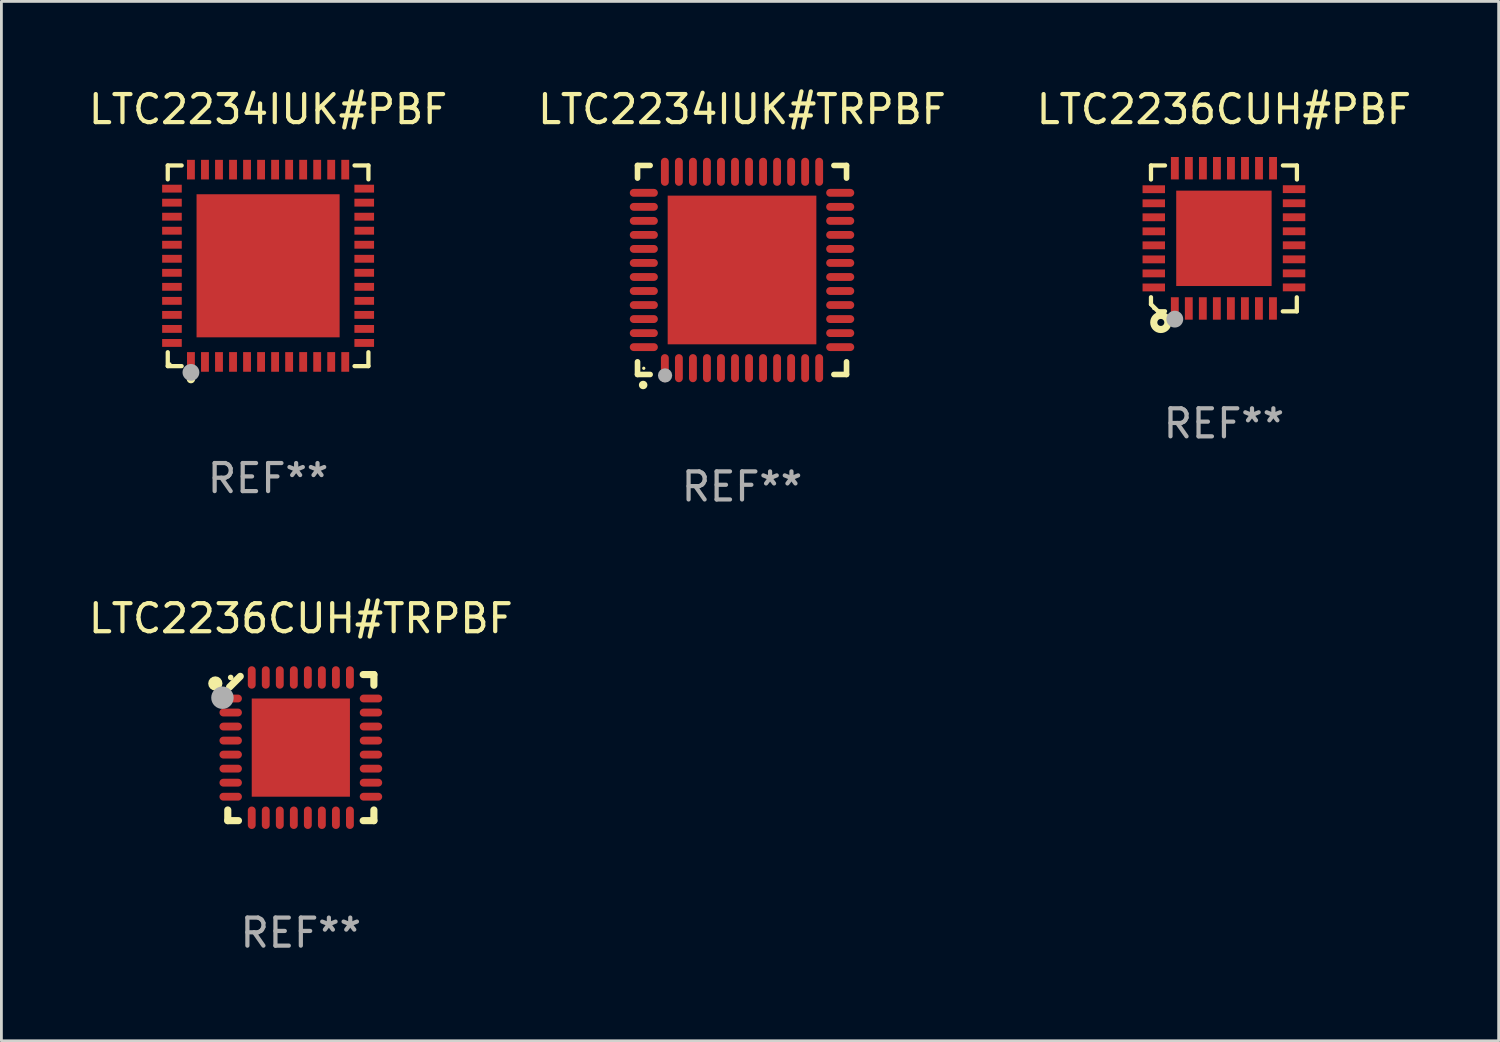
<source format=kicad_pcb>
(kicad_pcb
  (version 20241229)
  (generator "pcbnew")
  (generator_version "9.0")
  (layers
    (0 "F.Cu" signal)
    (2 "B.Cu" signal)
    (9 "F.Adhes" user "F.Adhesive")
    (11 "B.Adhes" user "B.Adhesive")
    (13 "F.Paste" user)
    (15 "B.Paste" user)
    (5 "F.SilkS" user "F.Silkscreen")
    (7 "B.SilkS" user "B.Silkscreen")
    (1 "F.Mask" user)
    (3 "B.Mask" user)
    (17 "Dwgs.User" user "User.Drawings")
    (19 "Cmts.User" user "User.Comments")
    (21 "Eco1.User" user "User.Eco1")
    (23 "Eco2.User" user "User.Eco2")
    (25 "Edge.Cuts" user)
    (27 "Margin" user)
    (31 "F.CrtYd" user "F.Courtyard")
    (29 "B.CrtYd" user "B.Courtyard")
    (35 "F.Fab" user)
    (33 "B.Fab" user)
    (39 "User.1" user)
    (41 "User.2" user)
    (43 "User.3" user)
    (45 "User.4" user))
  (footprint "LTC2236CUH#TRPBF"
    (layer "F.Cu")
    (at 7.673 23.598)
    (property "Reference" "LTC2236CUH#TRPBF" (at 0 -4.604 0) (layer "F.SilkS") (effects (font (size 1 1) (thickness 0.15))))
    (attr through_hole)
    (fp_line (start -2.604 2.223) (end -2.604 2.604) (stroke (width 0.254) (type solid)) (layer "F.SilkS"))
    (fp_line (start -2.604 2.604) (end -2.223 2.604) (stroke (width 0.254) (type solid)) (layer "F.SilkS"))
    (fp_line (start -2.159 -2.54) (end -2.54 -2.159) (stroke (width 0.254) (type solid)) (layer "F.SilkS"))
    (fp_line (start 2.223 2.604) (end 2.604 2.604) (stroke (width 0.254) (type solid)) (layer "F.SilkS"))
    (fp_line (start 2.604 -2.604) (end 2.223 -2.604) (stroke (width 0.254) (type solid)) (layer "F.SilkS"))
    (fp_line (start 2.604 -2.223) (end 2.604 -2.604) (stroke (width 0.254) (type solid)) (layer "F.SilkS"))
    (fp_line (start 2.604 2.604) (end 2.604 2.223) (stroke (width 0.254) (type solid)) (layer "F.SilkS"))
    (fp_circle (center -3.048 -2.286) (end -2.921 -2.286) (stroke (width 0.254) (type solid)) (fill no) (layer "F.SilkS"))
    (fp_circle (center -2.5 -2.5) (end -2.45 -2.5) (stroke (width 0.1) (type solid)) (fill no) (layer "F.SilkS"))
    (fp_circle (center -2.794 -1.778) (end -2.594 -1.778) (stroke (width 0.4) (type solid)) (fill no) (layer "F.Fab"))
    (fp_text user "REF**" (at 0 6.604 0) (layer "F.Fab") (effects (font (size 1 1) (thickness 0.15))))
    (pad "1" smd oval (at -2.5 -1.75) (size 0.8 0.28) (layers "F.Cu" "F.Mask" "F.Paste"))
    (pad "2" smd oval (at -2.5 -1.25) (size 0.8 0.28) (layers "F.Cu" "F.Mask" "F.Paste"))
    (pad "3" smd oval (at -2.5 -0.75) (size 0.8 0.28) (layers "F.Cu" "F.Mask" "F.Paste"))
    (pad "4" smd oval (at -2.5 -0.25) (size 0.8 0.28) (layers "F.Cu" "F.Mask" "F.Paste"))
    (pad "5" smd oval (at -2.5 0.25) (size 0.8 0.28) (layers "F.Cu" "F.Mask" "F.Paste"))
    (pad "6" smd oval (at -2.5 0.75) (size 0.8 0.28) (layers "F.Cu" "F.Mask" "F.Paste"))
    (pad "7" smd oval (at -2.5 1.25) (size 0.8 0.28) (layers "F.Cu" "F.Mask" "F.Paste"))
    (pad "8" smd oval (at -2.5 1.75) (size 0.8 0.28) (layers "F.Cu" "F.Mask" "F.Paste"))
    (pad "9" smd oval (at -1.75 2.5) (size 0.28 0.8) (layers "F.Cu" "F.Mask" "F.Paste"))
    (pad "10" smd oval (at -1.25 2.5) (size 0.28 0.8) (layers "F.Cu" "F.Mask" "F.Paste"))
    (pad "11" smd oval (at -0.75 2.5) (size 0.28 0.8) (layers "F.Cu" "F.Mask" "F.Paste"))
    (pad "12" smd oval (at -0.25 2.5) (size 0.28 0.8) (layers "F.Cu" "F.Mask" "F.Paste"))
    (pad "13" smd oval (at 0.25 2.5) (size 0.28 0.8) (layers "F.Cu" "F.Mask" "F.Paste"))
    (pad "14" smd oval (at 0.75 2.5) (size 0.28 0.8) (layers "F.Cu" "F.Mask" "F.Paste"))
    (pad "15" smd oval (at 1.25 2.5) (size 0.28 0.8) (layers "F.Cu" "F.Mask" "F.Paste"))
    (pad "16" smd oval (at 1.75 2.5) (size 0.28 0.8) (layers "F.Cu" "F.Mask" "F.Paste"))
    (pad "17" smd oval (at 2.5 1.75) (size 0.8 0.28) (layers "F.Cu" "F.Mask" "F.Paste"))
    (pad "18" smd oval (at 2.5 1.25) (size 0.8 0.28) (layers "F.Cu" "F.Mask" "F.Paste"))
    (pad "19" smd oval (at 2.5 0.75) (size 0.8 0.28) (layers "F.Cu" "F.Mask" "F.Paste"))
    (pad "20" smd oval (at 2.5 0.25) (size 0.8 0.28) (layers "F.Cu" "F.Mask" "F.Paste"))
    (pad "21" smd oval (at 2.5 -0.25) (size 0.8 0.28) (layers "F.Cu" "F.Mask" "F.Paste"))
    (pad "22" smd oval (at 2.5 -0.75) (size 0.8 0.28) (layers "F.Cu" "F.Mask" "F.Paste"))
    (pad "23" smd oval (at 2.5 -1.25) (size 0.8 0.28) (layers "F.Cu" "F.Mask" "F.Paste"))
    (pad "24" smd oval (at 2.5 -1.75) (size 0.8 0.28) (layers "F.Cu" "F.Mask" "F.Paste"))
    (pad "25" smd oval (at 1.75 -2.5) (size 0.28 0.8) (layers "F.Cu" "F.Mask" "F.Paste"))
    (pad "26" smd oval (at 1.25 -2.5) (size 0.28 0.8) (layers "F.Cu" "F.Mask" "F.Paste"))
    (pad "27" smd oval (at 0.75 -2.5) (size 0.28 0.8) (layers "F.Cu" "F.Mask" "F.Paste"))
    (pad "28" smd oval (at 0.25 -2.5) (size 0.28 0.8) (layers "F.Cu" "F.Mask" "F.Paste"))
    (pad "29" smd oval (at -0.25 -2.5) (size 0.28 0.8) (layers "F.Cu" "F.Mask" "F.Paste"))
    (pad "30" smd oval (at -0.75 -2.5) (size 0.28 0.8) (layers "F.Cu" "F.Mask" "F.Paste"))
    (pad "31" smd oval (at -1.25 -2.5) (size 0.28 0.8) (layers "F.Cu" "F.Mask" "F.Paste"))
    (pad "32" smd oval (at -1.75 -2.5) (size 0.28 0.8) (layers "F.Cu" "F.Mask" "F.Paste"))
    (pad "33" smd rect (at 0.000076 0.000076) (size 3.5 3.5) (layers "F.Cu" "F.Mask" "F.Paste")))
  (footprint "LTC2236CUH#PBF"
    (layer "F.Cu")
    (at 40.577 5.448)
    (property "Reference" "LTC2236CUH#PBF" (at 0 -4.6 0) (layer "F.SilkS") (effects (font (size 1 1) (thickness 0.15))))
    (attr through_hole)
    (fp_line (start -2.601 2.097) (end -2.601 2.347) (stroke (width 0.152) (type solid)) (layer "F.SilkS"))
    (fp_line (start -2.601 2.347) (end -2.351 2.597) (stroke (width 0.152) (type solid)) (layer "F.SilkS"))
    (fp_line (start -2.601 -2.6) (end -2.601 -2.1) (stroke (width 0.152) (type solid)) (layer "F.SilkS"))
    (fp_line (start -2.601 -2.6) (end -2.101 -2.6) (stroke (width 0.152) (type solid)) (layer "F.SilkS"))
    (fp_line (start -2.351 2.597) (end -2.101 2.597) (stroke (width 0.152) (type solid)) (layer "F.SilkS"))
    (fp_line (start 2.597 2.6) (end 2.097 2.6) (stroke (width 0.152) (type solid)) (layer "F.SilkS"))
    (fp_line (start 2.597 2.6) (end 2.597 2.1) (stroke (width 0.152) (type solid)) (layer "F.SilkS"))
    (fp_line (start 2.601 -2.6) (end 2.101 -2.6) (stroke (width 0.152) (type solid)) (layer "F.SilkS"))
    (fp_line (start 2.601 -2.6) (end 2.601 -2.1) (stroke (width 0.152) (type solid)) (layer "F.SilkS"))
    (fp_circle (center -2.501 2.497) (end -2.471 2.497) (stroke (width 0.06) (type solid)) (fill no) (layer "F.SilkS"))
    (fp_circle (center -2.25 2.995) (end -2.125 2.995) (stroke (width 0.254) (type solid)) (fill no) (layer "F.SilkS"))
    (fp_circle (center -1.751 2.878) (end -1.601 2.878) (stroke (width 0.3) (type solid)) (fill no) (layer "F.Fab"))
    (fp_text user "REF**" (at 0 6.6 0) (layer "F.Fab") (effects (font (size 1 1) (thickness 0.15))))
    (pad "1" smd rect (at -1.751 2.497) (size 0.28 0.8) (layers "F.Cu" "F.Mask" "F.Paste"))
    (pad "2" smd rect (at -1.253 2.497) (size 0.28 0.8) (layers "F.Cu" "F.Mask" "F.Paste"))
    (pad "3" smd rect (at -0.753 2.497) (size 0.28 0.8) (layers "F.Cu" "F.Mask" "F.Paste"))
    (pad "4" smd rect (at -0.253 2.497) (size 0.28 0.8) (layers "F.Cu" "F.Mask" "F.Paste"))
    (pad "5" smd rect (at 0.247 2.497) (size 0.28 0.8) (layers "F.Cu" "F.Mask" "F.Paste"))
    (pad "6" smd rect (at 0.747 2.497) (size 0.28 0.8) (layers "F.Cu" "F.Mask" "F.Paste"))
    (pad "7" smd rect (at 1.247 2.497) (size 0.28 0.8) (layers "F.Cu" "F.Mask" "F.Paste"))
    (pad "8" smd rect (at 1.747 2.497) (size 0.28 0.8) (layers "F.Cu" "F.Mask" "F.Paste"))
    (pad "9" smd rect (at 2.499 1.746) (size 0.8 0.28) (layers "F.Cu" "F.Mask" "F.Paste"))
    (pad "10" smd rect (at 2.499 1.245) (size 0.8 0.28) (layers "F.Cu" "F.Mask" "F.Paste"))
    (pad "11" smd rect (at 2.499 0.746) (size 0.8 0.28) (layers "F.Cu" "F.Mask" "F.Paste"))
    (pad "12" smd rect (at 2.499 0.245) (size 0.8 0.28) (layers "F.Cu" "F.Mask" "F.Paste"))
    (pad "13" smd rect (at 2.499 -0.254) (size 0.8 0.28) (layers "F.Cu" "F.Mask" "F.Paste"))
    (pad "14" smd rect (at 2.499 -0.755) (size 0.8 0.28) (layers "F.Cu" "F.Mask" "F.Paste"))
    (pad "15" smd rect (at 2.499 -1.254) (size 0.8 0.28) (layers "F.Cu" "F.Mask" "F.Paste"))
    (pad "16" smd rect (at 2.499 -1.755) (size 0.8 0.28) (layers "F.Cu" "F.Mask" "F.Paste"))
    (pad "17" smd rect (at 1.75 -2.502) (size 0.28 0.8) (layers "F.Cu" "F.Mask" "F.Paste"))
    (pad "18" smd rect (at 1.25 -2.502) (size 0.28 0.8) (layers "F.Cu" "F.Mask" "F.Paste"))
    (pad "19" smd rect (at 0.75 -2.502) (size 0.28 0.8) (layers "F.Cu" "F.Mask" "F.Paste"))
    (pad "20" smd rect (at 0.25 -2.502) (size 0.28 0.8) (layers "F.Cu" "F.Mask" "F.Paste"))
    (pad "21" smd rect (at -0.25 -2.502) (size 0.28 0.8) (layers "F.Cu" "F.Mask" "F.Paste"))
    (pad "22" smd rect (at -0.75 -2.502) (size 0.28 0.8) (layers "F.Cu" "F.Mask" "F.Paste"))
    (pad "23" smd rect (at -1.25 -2.502) (size 0.28 0.8) (layers "F.Cu" "F.Mask" "F.Paste"))
    (pad "24" smd rect (at -1.75 -2.502) (size 0.28 0.8) (layers "F.Cu" "F.Mask" "F.Paste"))
    (pad "25" smd rect (at -2.501 -1.753) (size 0.8 0.28) (layers "F.Cu" "F.Mask" "F.Paste"))
    (pad "26" smd rect (at -2.501 -1.252) (size 0.8 0.28) (layers "F.Cu" "F.Mask" "F.Paste"))
    (pad "27" smd rect (at -2.501 -0.753) (size 0.8 0.28) (layers "F.Cu" "F.Mask" "F.Paste"))
    (pad "28" smd rect (at -2.501 -0.252) (size 0.8 0.28) (layers "F.Cu" "F.Mask" "F.Paste"))
    (pad "29" smd rect (at -2.501 0.247) (size 0.8 0.28) (layers "F.Cu" "F.Mask" "F.Paste"))
    (pad "30" smd rect (at -2.501 0.748) (size 0.8 0.28) (layers "F.Cu" "F.Mask" "F.Paste"))
    (pad "31" smd rect (at -2.501 1.247) (size 0.8 0.28) (layers "F.Cu" "F.Mask" "F.Paste"))
    (pad "32" smd rect (at -2.501 1.748) (size 0.8 0.28) (layers "F.Cu" "F.Mask" "F.Paste"))
    (pad "33" smd rect (at -0.001 -0.003 180) (size 3.4 3.4) (layers "F.Cu" "F.Mask" "F.Paste")))
  (footprint "LTC2234IUK#PBF"
    (layer "F.Cu")
    (at 6.506 6.424)
    (property "Reference" "LTC2234IUK#PBF" (at 0 -5.576 0) (layer "F.SilkS") (effects (font (size 1 1) (thickness 0.15))))
    (attr through_hole)
    (fp_line (start -3.576 -3.576) (end -3.081 -3.576) (stroke (width 0.152) (type solid)) (layer "F.SilkS"))
    (fp_line (start -3.576 -3.081) (end -3.576 -3.576) (stroke (width 0.152) (type solid)) (layer "F.SilkS"))
    (fp_line (start -3.576 3.081) (end -3.576 3.576) (stroke (width 0.152) (type solid)) (layer "F.SilkS"))
    (fp_line (start -3.576 3.576) (end -3.081 3.576) (stroke (width 0.152) (type solid)) (layer "F.SilkS"))
    (fp_line (start 3.576 -3.576) (end 3.081 -3.576) (stroke (width 0.152) (type solid)) (layer "F.SilkS"))
    (fp_line (start 3.576 -3.081) (end 3.576 -3.576) (stroke (width 0.152) (type solid)) (layer "F.SilkS"))
    (fp_line (start 3.576 3.081) (end 3.576 3.576) (stroke (width 0.152) (type solid)) (layer "F.SilkS"))
    (fp_line (start 3.576 3.576) (end 3.081 3.576) (stroke (width 0.152) (type solid)) (layer "F.SilkS"))
    (fp_circle (center -3.5 3.5) (end -3.47 3.5) (stroke (width 0.06) (type solid)) (fill no) (layer "F.SilkS"))
    (fp_circle (center -2.75 4.04) (end -2.675 4.04) (stroke (width 0.15) (type solid)) (fill no) (layer "F.SilkS"))
    (fp_circle (center -2.75 3.8) (end -2.6 3.8) (stroke (width 0.3) (type solid)) (fill no) (layer "F.Fab"))
    (fp_text user "REF**" (at 0 7.576 0) (layer "F.Fab") (effects (font (size 1 1) (thickness 0.15))))
    (pad "1" smd rect (at -2.75 3.427) (size 0.28 0.7) (layers "F.Cu" "F.Mask" "F.Paste"))
    (pad "2" smd rect (at -2.25 3.427) (size 0.28 0.7) (layers "F.Cu" "F.Mask" "F.Paste"))
    (pad "3" smd rect (at -1.75 3.427) (size 0.28 0.7) (layers "F.Cu" "F.Mask" "F.Paste"))
    (pad "4" smd rect (at -1.25 3.427) (size 0.28 0.7) (layers "F.Cu" "F.Mask" "F.Paste"))
    (pad "5" smd rect (at -0.75 3.427) (size 0.28 0.7) (layers "F.Cu" "F.Mask" "F.Paste"))
    (pad "6" smd rect (at -0.25 3.427) (size 0.28 0.7) (layers "F.Cu" "F.Mask" "F.Paste"))
    (pad "7" smd rect (at 0.25 3.427) (size 0.28 0.7) (layers "F.Cu" "F.Mask" "F.Paste"))
    (pad "8" smd rect (at 0.75 3.427) (size 0.28 0.7) (layers "F.Cu" "F.Mask" "F.Paste"))
    (pad "9" smd rect (at 1.25 3.427) (size 0.28 0.7) (layers "F.Cu" "F.Mask" "F.Paste"))
    (pad "10" smd rect (at 1.75 3.427) (size 0.28 0.7) (layers "F.Cu" "F.Mask" "F.Paste"))
    (pad "11" smd rect (at 2.25 3.427) (size 0.28 0.7) (layers "F.Cu" "F.Mask" "F.Paste"))
    (pad "12" smd rect (at 2.75 3.427) (size 0.28 0.7) (layers "F.Cu" "F.Mask" "F.Paste"))
    (pad "13" smd rect (at 3.427 2.75) (size 0.7 0.28) (layers "F.Cu" "F.Mask" "F.Paste"))
    (pad "14" smd rect (at 3.427 2.25) (size 0.7 0.28) (layers "F.Cu" "F.Mask" "F.Paste"))
    (pad "15" smd rect (at 3.427 1.75) (size 0.7 0.28) (layers "F.Cu" "F.Mask" "F.Paste"))
    (pad "16" smd rect (at 3.427 1.25) (size 0.7 0.28) (layers "F.Cu" "F.Mask" "F.Paste"))
    (pad "17" smd rect (at 3.427 0.75) (size 0.7 0.28) (layers "F.Cu" "F.Mask" "F.Paste"))
    (pad "18" smd rect (at 3.427 0.25) (size 0.7 0.28) (layers "F.Cu" "F.Mask" "F.Paste"))
    (pad "19" smd rect (at 3.427 -0.25) (size 0.7 0.28) (layers "F.Cu" "F.Mask" "F.Paste"))
    (pad "20" smd rect (at 3.427 -0.75) (size 0.7 0.28) (layers "F.Cu" "F.Mask" "F.Paste"))
    (pad "21" smd rect (at 3.427 -1.25) (size 0.7 0.28) (layers "F.Cu" "F.Mask" "F.Paste"))
    (pad "22" smd rect (at 3.427 -1.75) (size 0.7 0.28) (layers "F.Cu" "F.Mask" "F.Paste"))
    (pad "23" smd rect (at 3.427 -2.25) (size 0.7 0.28) (layers "F.Cu" "F.Mask" "F.Paste"))
    (pad "24" smd rect (at 3.427 -2.75) (size 0.7 0.28) (layers "F.Cu" "F.Mask" "F.Paste"))
    (pad "25" smd rect (at 2.75 -3.427) (size 0.28 0.7) (layers "F.Cu" "F.Mask" "F.Paste"))
    (pad "26" smd rect (at 2.25 -3.427) (size 0.28 0.7) (layers "F.Cu" "F.Mask" "F.Paste"))
    (pad "27" smd rect (at 1.75 -3.427) (size 0.28 0.7) (layers "F.Cu" "F.Mask" "F.Paste"))
    (pad "28" smd rect (at 1.25 -3.427) (size 0.28 0.7) (layers "F.Cu" "F.Mask" "F.Paste"))
    (pad "29" smd rect (at 0.75 -3.427) (size 0.28 0.7) (layers "F.Cu" "F.Mask" "F.Paste"))
    (pad "30" smd rect (at 0.25 -3.427) (size 0.28 0.7) (layers "F.Cu" "F.Mask" "F.Paste"))
    (pad "31" smd rect (at -0.25 -3.427) (size 0.28 0.7) (layers "F.Cu" "F.Mask" "F.Paste"))
    (pad "32" smd rect (at -0.75 -3.427) (size 0.28 0.7) (layers "F.Cu" "F.Mask" "F.Paste"))
    (pad "33" smd rect (at -1.25 -3.427) (size 0.28 0.7) (layers "F.Cu" "F.Mask" "F.Paste"))
    (pad "34" smd rect (at -1.75 -3.427) (size 0.28 0.7) (layers "F.Cu" "F.Mask" "F.Paste"))
    (pad "35" smd rect (at -2.25 -3.427) (size 0.28 0.7) (layers "F.Cu" "F.Mask" "F.Paste"))
    (pad "36" smd rect (at -2.75 -3.427) (size 0.28 0.7) (layers "F.Cu" "F.Mask" "F.Paste"))
    (pad "37" smd rect (at -3.427 -2.75) (size 0.7 0.28) (layers "F.Cu" "F.Mask" "F.Paste"))
    (pad "38" smd rect (at -3.427 -2.25) (size 0.7 0.28) (layers "F.Cu" "F.Mask" "F.Paste"))
    (pad "39" smd rect (at -3.427 -1.75) (size 0.7 0.28) (layers "F.Cu" "F.Mask" "F.Paste"))
    (pad "40" smd rect (at -3.427 -1.25) (size 0.7 0.28) (layers "F.Cu" "F.Mask" "F.Paste"))
    (pad "41" smd rect (at -3.427 -0.75) (size 0.7 0.28) (layers "F.Cu" "F.Mask" "F.Paste"))
    (pad "42" smd rect (at -3.427 -0.25) (size 0.7 0.28) (layers "F.Cu" "F.Mask" "F.Paste"))
    (pad "43" smd rect (at -3.427 0.25) (size 0.7 0.28) (layers "F.Cu" "F.Mask" "F.Paste"))
    (pad "44" smd rect (at -3.427 0.75) (size 0.7 0.28) (layers "F.Cu" "F.Mask" "F.Paste"))
    (pad "45" smd rect (at -3.427 1.25) (size 0.7 0.28) (layers "F.Cu" "F.Mask" "F.Paste"))
    (pad "46" smd rect (at -3.427 1.75) (size 0.7 0.28) (layers "F.Cu" "F.Mask" "F.Paste"))
    (pad "47" smd rect (at -3.427 2.25) (size 0.7 0.28) (layers "F.Cu" "F.Mask" "F.Paste"))
    (pad "48" smd rect (at -3.427 2.75) (size 0.7 0.28) (layers "F.Cu" "F.Mask" "F.Paste"))
    (pad "49" smd rect (at 0 0) (size 5.1 5.1) (layers "F.Cu" "F.Mask" "F.Paste")))
  (footprint "LTC2234IUK#TRPBF"
    (layer "F.Cu")
    (at 23.399 6.573)
    (property "Reference" "LTC2234IUK#TRPBF" (at 0 -5.725 0) (layer "F.SilkS") (effects (font (size 1 1) (thickness 0.15))))
    (attr through_hole)
    (fp_line (start -3.725 -3.725) (end -3.275 -3.725) (stroke (width 0.2) (type solid)) (layer "F.SilkS"))
    (fp_line (start -3.725 -3.275) (end -3.725 -3.725) (stroke (width 0.2) (type solid)) (layer "F.SilkS"))
    (fp_line (start -3.725 3.725) (end -3.725 3.275) (stroke (width 0.2) (type solid)) (layer "F.SilkS"))
    (fp_line (start -3.275 3.725) (end -3.725 3.725) (stroke (width 0.2) (type solid)) (layer "F.SilkS"))
    (fp_line (start 3.275 3.725) (end 3.725 3.725) (stroke (width 0.2) (type solid)) (layer "F.SilkS"))
    (fp_line (start 3.725 -3.725) (end 3.275 -3.725) (stroke (width 0.2) (type solid)) (layer "F.SilkS"))
    (fp_line (start 3.725 -3.275) (end 3.725 -3.725) (stroke (width 0.2) (type solid)) (layer "F.SilkS"))
    (fp_line (start 3.725 3.725) (end 3.725 3.275) (stroke (width 0.2) (type solid)) (layer "F.SilkS"))
    (fp_arc (start -3.525527 4.099568) (mid -3.524257 4.099563) (end -3.522987 4.099568) (stroke (width 0.3) (type solid)) (layer "F.SilkS"))
    (fp_circle (center -3.502 3.504) (end -3.472 3.504) (stroke (width 0.06) (type solid)) (fill no) (layer "F.SilkS"))
    (fp_circle (center -2.743 3.759) (end -2.616 3.759) (stroke (width 0.254) (type solid)) (fill no) (layer "F.Fab"))
    (fp_text user "REF**" (at 0 7.725 0) (layer "F.Fab") (effects (font (size 1 1) (thickness 0.15))))
    (pad "1" smd oval (at -2.75 3.5) (size 0.28 1) (layers "F.Cu" "F.Mask" "F.Paste"))
    (pad "2" smd oval (at -2.25 3.5) (size 0.28 1) (layers "F.Cu" "F.Mask" "F.Paste"))
    (pad "3" smd oval (at -1.75 3.5) (size 0.28 1) (layers "F.Cu" "F.Mask" "F.Paste"))
    (pad "4" smd oval (at -1.25 3.5) (size 0.28 1) (layers "F.Cu" "F.Mask" "F.Paste"))
    (pad "5" smd oval (at -0.75 3.5) (size 0.28 1) (layers "F.Cu" "F.Mask" "F.Paste"))
    (pad "6" smd oval (at -0.25 3.5) (size 0.28 1) (layers "F.Cu" "F.Mask" "F.Paste"))
    (pad "7" smd oval (at 0.25 3.5) (size 0.28 1) (layers "F.Cu" "F.Mask" "F.Paste"))
    (pad "8" smd oval (at 0.75 3.5) (size 0.28 1) (layers "F.Cu" "F.Mask" "F.Paste"))
    (pad "9" smd oval (at 1.25 3.5) (size 0.28 1) (layers "F.Cu" "F.Mask" "F.Paste"))
    (pad "10" smd oval (at 1.75 3.5) (size 0.28 1) (layers "F.Cu" "F.Mask" "F.Paste"))
    (pad "11" smd oval (at 2.25 3.5) (size 0.28 1) (layers "F.Cu" "F.Mask" "F.Paste"))
    (pad "12" smd oval (at 2.75 3.5) (size 0.28 1) (layers "F.Cu" "F.Mask" "F.Paste"))
    (pad "13" smd oval (at 3.5 2.75) (size 1 0.28) (layers "F.Cu" "F.Mask" "F.Paste"))
    (pad "14" smd oval (at 3.5 2.25) (size 1 0.28) (layers "F.Cu" "F.Mask" "F.Paste"))
    (pad "15" smd oval (at 3.5 1.75) (size 1 0.28) (layers "F.Cu" "F.Mask" "F.Paste"))
    (pad "16" smd oval (at 3.5 1.25) (size 1 0.28) (layers "F.Cu" "F.Mask" "F.Paste"))
    (pad "17" smd oval (at 3.5 0.75) (size 1 0.28) (layers "F.Cu" "F.Mask" "F.Paste"))
    (pad "18" smd oval (at 3.5 0.25) (size 1 0.28) (layers "F.Cu" "F.Mask" "F.Paste"))
    (pad "19" smd oval (at 3.5 -0.25) (size 1 0.28) (layers "F.Cu" "F.Mask" "F.Paste"))
    (pad "20" smd oval (at 3.5 -0.75) (size 1 0.28) (layers "F.Cu" "F.Mask" "F.Paste"))
    (pad "21" smd oval (at 3.5 -1.25) (size 1 0.28) (layers "F.Cu" "F.Mask" "F.Paste"))
    (pad "22" smd oval (at 3.5 -1.75) (size 1 0.28) (layers "F.Cu" "F.Mask" "F.Paste"))
    (pad "23" smd oval (at 3.5 -2.25) (size 1 0.28) (layers "F.Cu" "F.Mask" "F.Paste"))
    (pad "24" smd oval (at 3.5 -2.75) (size 1 0.28) (layers "F.Cu" "F.Mask" "F.Paste"))
    (pad "25" smd oval (at 2.75 -3.5) (size 0.28 1) (layers "F.Cu" "F.Mask" "F.Paste"))
    (pad "26" smd oval (at 2.25 -3.5) (size 0.28 1) (layers "F.Cu" "F.Mask" "F.Paste"))
    (pad "27" smd oval (at 1.75 -3.5) (size 0.28 1) (layers "F.Cu" "F.Mask" "F.Paste"))
    (pad "28" smd oval (at 1.25 -3.5) (size 0.28 1) (layers "F.Cu" "F.Mask" "F.Paste"))
    (pad "29" smd oval (at 0.75 -3.5) (size 0.28 1) (layers "F.Cu" "F.Mask" "F.Paste"))
    (pad "30" smd oval (at 0.25 -3.5) (size 0.28 1) (layers "F.Cu" "F.Mask" "F.Paste"))
    (pad "31" smd oval (at -0.25 -3.5) (size 0.28 1) (layers "F.Cu" "F.Mask" "F.Paste"))
    (pad "32" smd oval (at -0.75 -3.5) (size 0.28 1) (layers "F.Cu" "F.Mask" "F.Paste"))
    (pad "33" smd oval (at -1.25 -3.5) (size 0.28 1) (layers "F.Cu" "F.Mask" "F.Paste"))
    (pad "34" smd oval (at -1.75 -3.5) (size 0.28 1) (layers "F.Cu" "F.Mask" "F.Paste"))
    (pad "35" smd oval (at -2.25 -3.5) (size 0.28 1) (layers "F.Cu" "F.Mask" "F.Paste"))
    (pad "36" smd oval (at -2.75 -3.5) (size 0.28 1) (layers "F.Cu" "F.Mask" "F.Paste"))
    (pad "37" smd oval (at -3.5 -2.75) (size 1 0.28) (layers "F.Cu" "F.Mask" "F.Paste"))
    (pad "38" smd oval (at -3.5 -2.25) (size 1 0.28) (layers "F.Cu" "F.Mask" "F.Paste"))
    (pad "39" smd oval (at -3.5 -1.75) (size 1 0.28) (layers "F.Cu" "F.Mask" "F.Paste"))
    (pad "40" smd oval (at -3.5 -1.25) (size 1 0.28) (layers "F.Cu" "F.Mask" "F.Paste"))
    (pad "41" smd oval (at -3.5 -0.75) (size 1 0.28) (layers "F.Cu" "F.Mask" "F.Paste"))
    (pad "42" smd oval (at -3.5 -0.25) (size 1 0.28) (layers "F.Cu" "F.Mask" "F.Paste"))
    (pad "43" smd oval (at -3.5 0.25) (size 1 0.28) (layers "F.Cu" "F.Mask" "F.Paste"))
    (pad "44" smd oval (at -3.5 0.75) (size 1 0.28) (layers "F.Cu" "F.Mask" "F.Paste"))
    (pad "45" smd oval (at -3.5 1.25) (size 1 0.28) (layers "F.Cu" "F.Mask" "F.Paste"))
    (pad "46" smd oval (at -3.5 1.75) (size 1 0.28) (layers "F.Cu" "F.Mask" "F.Paste"))
    (pad "47" smd oval (at -3.5 2.25) (size 1 0.28) (layers "F.Cu" "F.Mask" "F.Paste"))
    (pad "48" smd oval (at -3.5 2.75) (size 1 0.28) (layers "F.Cu" "F.Mask" "F.Paste"))
    (pad "49" smd rect (at 0 0) (size 5.3 5.3) (layers "F.Cu" "F.Mask" "F.Paste")))
  (gr_rect
    (start -3 -3)
    (end 50.369 34.05)
    (stroke (width 0.1) (type default))
    (fill no)
    (layer "Edge.Cuts")))
</source>
